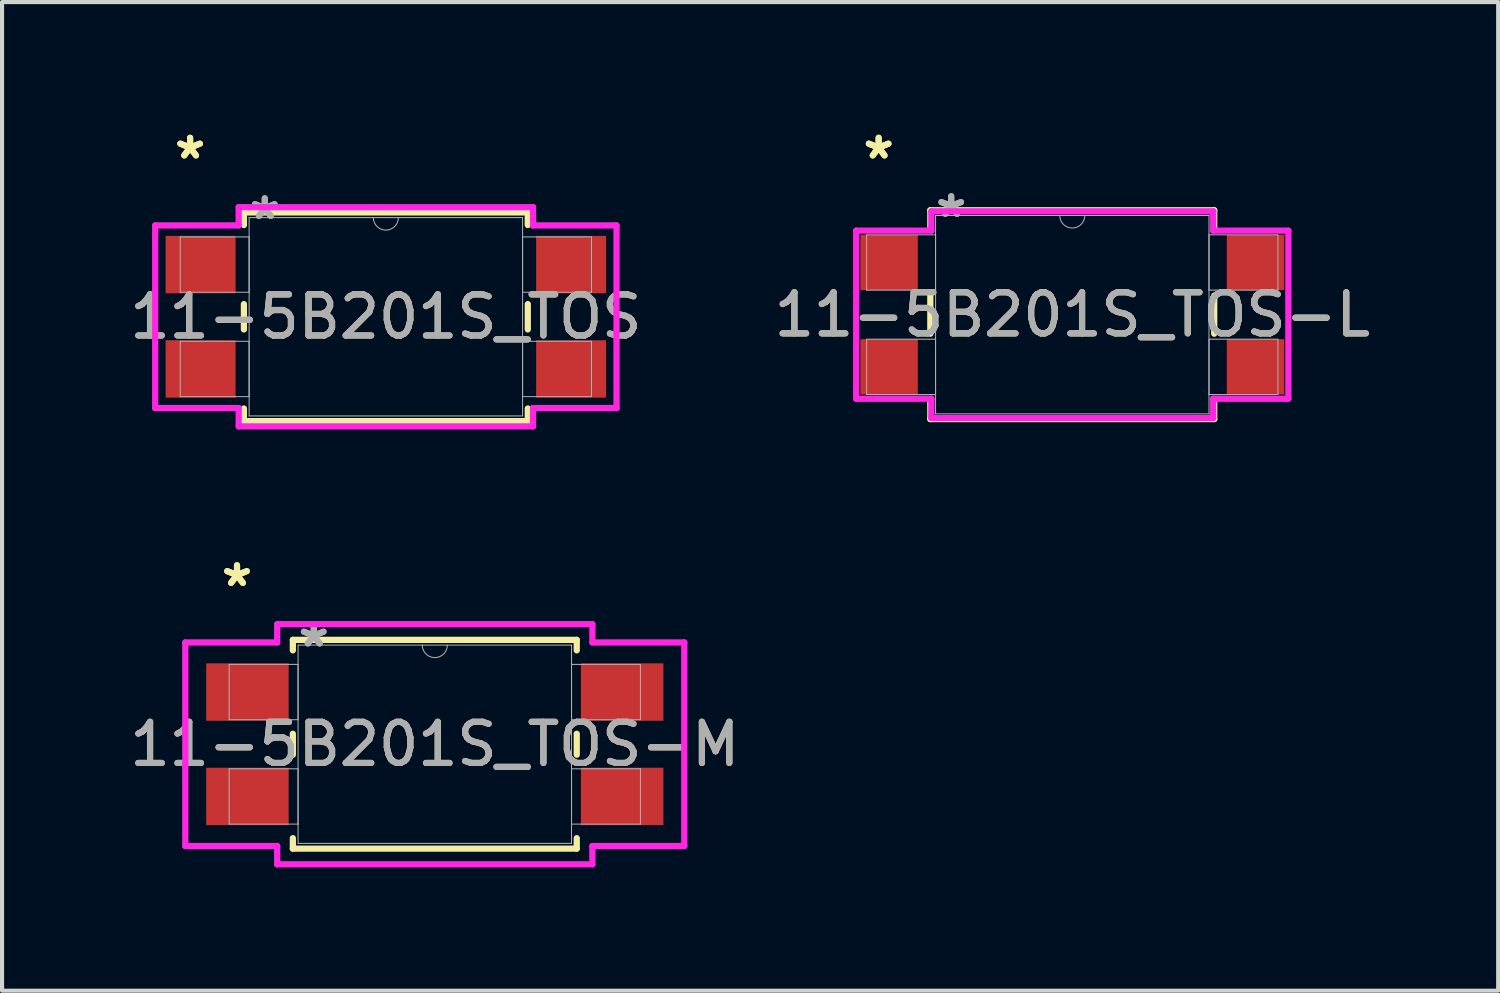
<source format=kicad_pcb>
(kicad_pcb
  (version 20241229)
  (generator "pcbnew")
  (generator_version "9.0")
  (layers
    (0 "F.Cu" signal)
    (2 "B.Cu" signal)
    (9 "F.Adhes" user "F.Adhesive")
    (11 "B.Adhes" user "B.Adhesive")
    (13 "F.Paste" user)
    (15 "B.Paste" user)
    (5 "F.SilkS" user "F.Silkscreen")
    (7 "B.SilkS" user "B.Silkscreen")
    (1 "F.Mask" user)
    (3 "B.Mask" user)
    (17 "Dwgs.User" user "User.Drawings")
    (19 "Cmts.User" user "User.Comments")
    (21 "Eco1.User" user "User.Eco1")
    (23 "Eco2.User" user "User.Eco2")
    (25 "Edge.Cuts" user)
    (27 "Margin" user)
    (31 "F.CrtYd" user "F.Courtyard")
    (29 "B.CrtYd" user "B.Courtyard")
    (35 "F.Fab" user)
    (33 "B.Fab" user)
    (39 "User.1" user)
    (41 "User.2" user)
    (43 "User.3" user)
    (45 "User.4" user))
  (footprint "11-5B201S_TOS-L"
    (layer "F.Cu")
    (at 23.042 4.607)
    (property "Reference" "11-5B201S_TOS-L" (at 0 0 0) (unlocked yes) (layer "F.SilkS") (effects (font (size 1 1) (thickness 0.15))))
    (attr smd)
    (fp_line (start -3.454 -2.54) (end -3.454 -2.077) (stroke (width 0.152) (type solid)) (layer "F.SilkS"))
    (fp_line (start -3.454 -0.463) (end -3.454 0.463) (stroke (width 0.152) (type solid)) (layer "F.SilkS"))
    (fp_line (start -3.454 2.077) (end -3.454 2.54) (stroke (width 0.152) (type solid)) (layer "F.SilkS"))
    (fp_line (start -3.454 2.54) (end 3.454 2.54) (stroke (width 0.152) (type solid)) (layer "F.SilkS"))
    (fp_line (start 3.454 -2.54) (end -3.454 -2.54) (stroke (width 0.152) (type solid)) (layer "F.SilkS"))
    (fp_line (start 3.454 -2.077) (end 3.454 -2.54) (stroke (width 0.152) (type solid)) (layer "F.SilkS"))
    (fp_line (start 3.454 0.463) (end 3.454 -0.463) (stroke (width 0.152) (type solid)) (layer "F.SilkS"))
    (fp_line (start 3.454 2.54) (end 3.454 2.077) (stroke (width 0.152) (type solid)) (layer "F.SilkS"))
    (fp_line (start -5.258 -2.045) (end -3.429 -2.045) (stroke (width 0.152) (type solid)) (layer "F.CrtYd"))
    (fp_line (start -5.258 2.045) (end -5.258 -2.045) (stroke (width 0.152) (type solid)) (layer "F.CrtYd"))
    (fp_line (start -5.258 2.045) (end -3.429 2.045) (stroke (width 0.152) (type solid)) (layer "F.CrtYd"))
    (fp_line (start -3.429 -2.515) (end 3.429 -2.515) (stroke (width 0.152) (type solid)) (layer "F.CrtYd"))
    (fp_line (start -3.429 -2.045) (end -3.429 -2.515) (stroke (width 0.152) (type solid)) (layer "F.CrtYd"))
    (fp_line (start -3.429 2.515) (end -3.429 2.045) (stroke (width 0.152) (type solid)) (layer "F.CrtYd"))
    (fp_line (start 3.429 -2.515) (end 3.429 -2.045) (stroke (width 0.152) (type solid)) (layer "F.CrtYd"))
    (fp_line (start 3.429 2.045) (end 3.429 2.515) (stroke (width 0.152) (type solid)) (layer "F.CrtYd"))
    (fp_line (start 3.429 2.515) (end -3.429 2.515) (stroke (width 0.152) (type solid)) (layer "F.CrtYd"))
    (fp_line (start 5.258 -2.045) (end 3.429 -2.045) (stroke (width 0.152) (type solid)) (layer "F.CrtYd"))
    (fp_line (start 5.258 -2.045) (end 5.258 2.045) (stroke (width 0.152) (type solid)) (layer "F.CrtYd"))
    (fp_line (start 5.258 2.045) (end 3.429 2.045) (stroke (width 0.152) (type solid)) (layer "F.CrtYd"))
    (fp_line (start -5.004 -1.943) (end -5.004 -0.597) (stroke (width 0.025) (type solid)) (layer "F.Fab"))
    (fp_line (start -5.004 -0.597) (end -3.327 -0.597) (stroke (width 0.025) (type solid)) (layer "F.Fab"))
    (fp_line (start -5.004 0.597) (end -5.004 1.943) (stroke (width 0.025) (type solid)) (layer "F.Fab"))
    (fp_line (start -5.004 1.943) (end -3.327 1.943) (stroke (width 0.025) (type solid)) (layer "F.Fab"))
    (fp_line (start -3.327 -2.413) (end -3.327 2.413) (stroke (width 0.025) (type solid)) (layer "F.Fab"))
    (fp_line (start -3.327 -1.943) (end -5.004 -1.943) (stroke (width 0.025) (type solid)) (layer "F.Fab"))
    (fp_line (start -3.327 -0.597) (end -3.327 -1.943) (stroke (width 0.025) (type solid)) (layer "F.Fab"))
    (fp_line (start -3.327 0.597) (end -5.004 0.597) (stroke (width 0.025) (type solid)) (layer "F.Fab"))
    (fp_line (start -3.327 1.943) (end -3.327 0.597) (stroke (width 0.025) (type solid)) (layer "F.Fab"))
    (fp_line (start -3.327 2.413) (end 3.327 2.413) (stroke (width 0.025) (type solid)) (layer "F.Fab"))
    (fp_line (start 3.327 -2.413) (end -3.327 -2.413) (stroke (width 0.025) (type solid)) (layer "F.Fab"))
    (fp_line (start 3.327 -1.943) (end 3.327 -0.597) (stroke (width 0.025) (type solid)) (layer "F.Fab"))
    (fp_line (start 3.327 -0.597) (end 5.004 -0.597) (stroke (width 0.025) (type solid)) (layer "F.Fab"))
    (fp_line (start 3.327 0.597) (end 3.327 1.943) (stroke (width 0.025) (type solid)) (layer "F.Fab"))
    (fp_line (start 3.327 1.943) (end 5.004 1.943) (stroke (width 0.025) (type solid)) (layer "F.Fab"))
    (fp_line (start 3.327 2.413) (end 3.327 -2.413) (stroke (width 0.025) (type solid)) (layer "F.Fab"))
    (fp_line (start 5.004 -1.943) (end 3.327 -1.943) (stroke (width 0.025) (type solid)) (layer "F.Fab"))
    (fp_line (start 5.004 -0.597) (end 5.004 -1.943) (stroke (width 0.025) (type solid)) (layer "F.Fab"))
    (fp_line (start 5.004 0.597) (end 3.327 0.597) (stroke (width 0.025) (type solid)) (layer "F.Fab"))
    (fp_line (start 5.004 1.943) (end 5.004 0.597) (stroke (width 0.025) (type solid)) (layer "F.Fab"))
    (fp_arc (start 0.3048 -2.413) (mid 0 -2.1082) (end -0.3048 -2.413) (stroke (width 0.0254) (type solid)) (layer "F.Fab"))
    (fp_text user "*" (at -4.712 -3.759 0) (layer "F.SilkS") (effects (font (size 1 1) (thickness 0.15))))
    (fp_text user "*" (at -4.712 -3.759 0) (unlocked yes) (layer "F.SilkS") (effects (font (size 1 1) (thickness 0.15))))
    (fp_text user "${REFERENCE}" (at 0 0 0) (unlocked yes) (layer "F.Fab") (effects (font (size 1 1) (thickness 0.15))))
    (fp_text user "*" (at -2.946 -2.337 0) (layer "F.Fab") (effects (font (size 1 1) (thickness 0.15))))
    (fp_text user "*" (at -2.946 -2.337 0) (unlocked yes) (layer "F.Fab") (effects (font (size 1 1) (thickness 0.15))))
    (pad "1" smd rect (at -4.458 -1.27) (size 1.397 1.346) (layers "F.Cu" "F.Mask" "F.Paste"))
    (pad "2" smd rect (at -4.458 1.27) (size 1.397 1.346) (layers "F.Cu" "F.Mask" "F.Paste"))
    (pad "3" smd rect (at 4.458 1.27) (size 1.397 1.346) (layers "F.Cu" "F.Mask" "F.Paste"))
    (pad "4" smd rect (at 4.458 -1.27) (size 1.397 1.346) (layers "F.Cu" "F.Mask" "F.Paste")))
  (footprint "11-5B201S_TOS"
    (layer "F.Cu")
    (at 6.339 4.658)
    (property "Reference" "11-5B201S_TOS" (at 0 0 0) (unlocked yes) (layer "F.SilkS") (effects (font (size 1 1) (thickness 0.15))))
    (attr smd)
    (fp_line (start -3.454 -2.54) (end -3.454 -2.232) (stroke (width 0.152) (type solid)) (layer "F.SilkS"))
    (fp_line (start -3.454 -0.308) (end -3.454 0.308) (stroke (width 0.152) (type solid)) (layer "F.SilkS"))
    (fp_line (start -3.454 2.232) (end -3.454 2.54) (stroke (width 0.152) (type solid)) (layer "F.SilkS"))
    (fp_line (start -3.454 2.54) (end 3.454 2.54) (stroke (width 0.152) (type solid)) (layer "F.SilkS"))
    (fp_line (start 3.454 -2.54) (end -3.454 -2.54) (stroke (width 0.152) (type solid)) (layer "F.SilkS"))
    (fp_line (start 3.454 -2.232) (end 3.454 -2.54) (stroke (width 0.152) (type solid)) (layer "F.SilkS"))
    (fp_line (start 3.454 0.308) (end 3.454 -0.308) (stroke (width 0.152) (type solid)) (layer "F.SilkS"))
    (fp_line (start 3.454 2.54) (end 3.454 2.232) (stroke (width 0.152) (type solid)) (layer "F.SilkS"))
    (fp_line (start -5.613 -2.223) (end -3.581 -2.223) (stroke (width 0.152) (type solid)) (layer "F.CrtYd"))
    (fp_line (start -5.613 2.223) (end -5.613 -2.223) (stroke (width 0.152) (type solid)) (layer "F.CrtYd"))
    (fp_line (start -5.613 2.223) (end -3.581 2.223) (stroke (width 0.152) (type solid)) (layer "F.CrtYd"))
    (fp_line (start -3.581 -2.667) (end 3.581 -2.667) (stroke (width 0.152) (type solid)) (layer "F.CrtYd"))
    (fp_line (start -3.581 -2.223) (end -3.581 -2.667) (stroke (width 0.152) (type solid)) (layer "F.CrtYd"))
    (fp_line (start -3.581 2.667) (end -3.581 2.223) (stroke (width 0.152) (type solid)) (layer "F.CrtYd"))
    (fp_line (start 3.581 -2.667) (end 3.581 -2.223) (stroke (width 0.152) (type solid)) (layer "F.CrtYd"))
    (fp_line (start 3.581 2.223) (end 3.581 2.667) (stroke (width 0.152) (type solid)) (layer "F.CrtYd"))
    (fp_line (start 3.581 2.667) (end -3.581 2.667) (stroke (width 0.152) (type solid)) (layer "F.CrtYd"))
    (fp_line (start 5.613 -2.223) (end 3.581 -2.223) (stroke (width 0.152) (type solid)) (layer "F.CrtYd"))
    (fp_line (start 5.613 -2.223) (end 5.613 2.223) (stroke (width 0.152) (type solid)) (layer "F.CrtYd"))
    (fp_line (start 5.613 2.223) (end 3.581 2.223) (stroke (width 0.152) (type solid)) (layer "F.CrtYd"))
    (fp_line (start -5.004 -1.943) (end -5.004 -0.597) (stroke (width 0.025) (type solid)) (layer "F.Fab"))
    (fp_line (start -5.004 -0.597) (end -3.327 -0.597) (stroke (width 0.025) (type solid)) (layer "F.Fab"))
    (fp_line (start -5.004 0.597) (end -5.004 1.943) (stroke (width 0.025) (type solid)) (layer "F.Fab"))
    (fp_line (start -5.004 1.943) (end -3.327 1.943) (stroke (width 0.025) (type solid)) (layer "F.Fab"))
    (fp_line (start -3.327 -2.413) (end -3.327 2.413) (stroke (width 0.025) (type solid)) (layer "F.Fab"))
    (fp_line (start -3.327 -1.943) (end -5.004 -1.943) (stroke (width 0.025) (type solid)) (layer "F.Fab"))
    (fp_line (start -3.327 -0.597) (end -3.327 -1.943) (stroke (width 0.025) (type solid)) (layer "F.Fab"))
    (fp_line (start -3.327 0.597) (end -5.004 0.597) (stroke (width 0.025) (type solid)) (layer "F.Fab"))
    (fp_line (start -3.327 1.943) (end -3.327 0.597) (stroke (width 0.025) (type solid)) (layer "F.Fab"))
    (fp_line (start -3.327 2.413) (end 3.327 2.413) (stroke (width 0.025) (type solid)) (layer "F.Fab"))
    (fp_line (start 3.327 -2.413) (end -3.327 -2.413) (stroke (width 0.025) (type solid)) (layer "F.Fab"))
    (fp_line (start 3.327 -1.943) (end 3.327 -0.597) (stroke (width 0.025) (type solid)) (layer "F.Fab"))
    (fp_line (start 3.327 -0.597) (end 5.004 -0.597) (stroke (width 0.025) (type solid)) (layer "F.Fab"))
    (fp_line (start 3.327 0.597) (end 3.327 1.943) (stroke (width 0.025) (type solid)) (layer "F.Fab"))
    (fp_line (start 3.327 1.943) (end 5.004 1.943) (stroke (width 0.025) (type solid)) (layer "F.Fab"))
    (fp_line (start 3.327 2.413) (end 3.327 -2.413) (stroke (width 0.025) (type solid)) (layer "F.Fab"))
    (fp_line (start 5.004 -1.943) (end 3.327 -1.943) (stroke (width 0.025) (type solid)) (layer "F.Fab"))
    (fp_line (start 5.004 -0.597) (end 5.004 -1.943) (stroke (width 0.025) (type solid)) (layer "F.Fab"))
    (fp_line (start 5.004 0.597) (end 3.327 0.597) (stroke (width 0.025) (type solid)) (layer "F.Fab"))
    (fp_line (start 5.004 1.943) (end 5.004 0.597) (stroke (width 0.025) (type solid)) (layer "F.Fab"))
    (fp_arc (start 0.3048 -2.413) (mid 0 -2.1082) (end -0.3048 -2.413) (stroke (width 0.0254) (type solid)) (layer "F.Fab"))
    (fp_text user "*" (at -4.763 -3.81 0) (unlocked yes) (layer "F.SilkS") (effects (font (size 1 1) (thickness 0.15))))
    (fp_text user "*" (at -4.763 -3.81 0) (layer "F.SilkS") (effects (font (size 1 1) (thickness 0.15))))
    (fp_text user "${REFERENCE}" (at 0 0 0) (unlocked yes) (layer "F.Fab") (effects (font (size 1 1) (thickness 0.15))))
    (fp_text user "*" (at -2.946 -2.337 0) (layer "F.Fab") (effects (font (size 1 1) (thickness 0.15))))
    (fp_text user "*" (at -2.946 -2.337 0) (unlocked yes) (layer "F.Fab") (effects (font (size 1 1) (thickness 0.15))))
    (pad "1" smd rect (at -4.508 -1.27) (size 1.702 1.397) (layers "F.Cu" "F.Mask" "F.Paste"))
    (pad "2" smd rect (at -4.508 1.27) (size 1.702 1.397) (layers "F.Cu" "F.Mask" "F.Paste"))
    (pad "3" smd rect (at 4.508 1.27) (size 1.702 1.397) (layers "F.Cu" "F.Mask" "F.Paste"))
    (pad "4" smd rect (at 4.508 -1.27) (size 1.702 1.397) (layers "F.Cu" "F.Mask" "F.Paste")))
  (footprint "11-5B201S_TOS-M"
    (layer "F.Cu")
    (at 7.53 15.06)
    (property "Reference" "11-5B201S_TOS-M" (at 0 0 0) (unlocked yes) (layer "F.SilkS") (effects (font (size 1 1) (thickness 0.15))))
    (attr smd)
    (fp_line (start -3.454 -2.54) (end -3.454 -2.285) (stroke (width 0.152) (type solid)) (layer "F.SilkS"))
    (fp_line (start -3.454 -0.255) (end -3.454 0.255) (stroke (width 0.152) (type solid)) (layer "F.SilkS"))
    (fp_line (start -3.454 2.285) (end -3.454 2.54) (stroke (width 0.152) (type solid)) (layer "F.SilkS"))
    (fp_line (start -3.454 2.54) (end 3.454 2.54) (stroke (width 0.152) (type solid)) (layer "F.SilkS"))
    (fp_line (start 3.454 -2.54) (end -3.454 -2.54) (stroke (width 0.152) (type solid)) (layer "F.SilkS"))
    (fp_line (start 3.454 -2.285) (end 3.454 -2.54) (stroke (width 0.152) (type solid)) (layer "F.SilkS"))
    (fp_line (start 3.454 0.255) (end 3.454 -0.255) (stroke (width 0.152) (type solid)) (layer "F.SilkS"))
    (fp_line (start 3.454 2.54) (end 3.454 2.285) (stroke (width 0.152) (type solid)) (layer "F.SilkS"))
    (fp_line (start -6.071 -2.477) (end -3.835 -2.477) (stroke (width 0.152) (type solid)) (layer "F.CrtYd"))
    (fp_line (start -6.071 2.477) (end -6.071 -2.477) (stroke (width 0.152) (type solid)) (layer "F.CrtYd"))
    (fp_line (start -6.071 2.477) (end -3.835 2.477) (stroke (width 0.152) (type solid)) (layer "F.CrtYd"))
    (fp_line (start -3.835 -2.921) (end 3.835 -2.921) (stroke (width 0.152) (type solid)) (layer "F.CrtYd"))
    (fp_line (start -3.835 -2.477) (end -3.835 -2.921) (stroke (width 0.152) (type solid)) (layer "F.CrtYd"))
    (fp_line (start -3.835 2.921) (end -3.835 2.477) (stroke (width 0.152) (type solid)) (layer "F.CrtYd"))
    (fp_line (start 3.835 -2.921) (end 3.835 -2.477) (stroke (width 0.152) (type solid)) (layer "F.CrtYd"))
    (fp_line (start 3.835 2.477) (end 3.835 2.921) (stroke (width 0.152) (type solid)) (layer "F.CrtYd"))
    (fp_line (start 3.835 2.921) (end -3.835 2.921) (stroke (width 0.152) (type solid)) (layer "F.CrtYd"))
    (fp_line (start 6.071 -2.477) (end 3.835 -2.477) (stroke (width 0.152) (type solid)) (layer "F.CrtYd"))
    (fp_line (start 6.071 -2.477) (end 6.071 2.477) (stroke (width 0.152) (type solid)) (layer "F.CrtYd"))
    (fp_line (start 6.071 2.477) (end 3.835 2.477) (stroke (width 0.152) (type solid)) (layer "F.CrtYd"))
    (fp_line (start -5.004 -1.943) (end -5.004 -0.597) (stroke (width 0.025) (type solid)) (layer "F.Fab"))
    (fp_line (start -5.004 -0.597) (end -3.327 -0.597) (stroke (width 0.025) (type solid)) (layer "F.Fab"))
    (fp_line (start -5.004 0.597) (end -5.004 1.943) (stroke (width 0.025) (type solid)) (layer "F.Fab"))
    (fp_line (start -5.004 1.943) (end -3.327 1.943) (stroke (width 0.025) (type solid)) (layer "F.Fab"))
    (fp_line (start -3.327 -2.413) (end -3.327 2.413) (stroke (width 0.025) (type solid)) (layer "F.Fab"))
    (fp_line (start -3.327 -1.943) (end -5.004 -1.943) (stroke (width 0.025) (type solid)) (layer "F.Fab"))
    (fp_line (start -3.327 -0.597) (end -3.327 -1.943) (stroke (width 0.025) (type solid)) (layer "F.Fab"))
    (fp_line (start -3.327 0.597) (end -5.004 0.597) (stroke (width 0.025) (type solid)) (layer "F.Fab"))
    (fp_line (start -3.327 1.943) (end -3.327 0.597) (stroke (width 0.025) (type solid)) (layer "F.Fab"))
    (fp_line (start -3.327 2.413) (end 3.327 2.413) (stroke (width 0.025) (type solid)) (layer "F.Fab"))
    (fp_line (start 3.327 -2.413) (end -3.327 -2.413) (stroke (width 0.025) (type solid)) (layer "F.Fab"))
    (fp_line (start 3.327 -1.943) (end 3.327 -0.597) (stroke (width 0.025) (type solid)) (layer "F.Fab"))
    (fp_line (start 3.327 -0.597) (end 5.004 -0.597) (stroke (width 0.025) (type solid)) (layer "F.Fab"))
    (fp_line (start 3.327 0.597) (end 3.327 1.943) (stroke (width 0.025) (type solid)) (layer "F.Fab"))
    (fp_line (start 3.327 1.943) (end 5.004 1.943) (stroke (width 0.025) (type solid)) (layer "F.Fab"))
    (fp_line (start 3.327 2.413) (end 3.327 -2.413) (stroke (width 0.025) (type solid)) (layer "F.Fab"))
    (fp_line (start 5.004 -1.943) (end 3.327 -1.943) (stroke (width 0.025) (type solid)) (layer "F.Fab"))
    (fp_line (start 5.004 -0.597) (end 5.004 -1.943) (stroke (width 0.025) (type solid)) (layer "F.Fab"))
    (fp_line (start 5.004 0.597) (end 3.327 0.597) (stroke (width 0.025) (type solid)) (layer "F.Fab"))
    (fp_line (start 5.004 1.943) (end 5.004 0.597) (stroke (width 0.025) (type solid)) (layer "F.Fab"))
    (fp_arc (start 0.3048 -2.413) (mid 0 -2.1082) (end -0.3048 -2.413) (stroke (width 0.0254) (type solid)) (layer "F.Fab"))
    (fp_text user "*" (at -4.813 -3.81 0) (unlocked yes) (layer "F.SilkS") (effects (font (size 1 1) (thickness 0.15))))
    (fp_text user "*" (at -4.813 -3.81 0) (layer "F.SilkS") (effects (font (size 1 1) (thickness 0.15))))
    (fp_text user "${REFERENCE}" (at 0 0 0) (unlocked yes) (layer "F.Fab") (effects (font (size 1 1) (thickness 0.15))))
    (fp_text user "*" (at -2.946 -2.337 0) (layer "F.Fab") (effects (font (size 1 1) (thickness 0.15))))
    (fp_text user "*" (at -2.946 -2.337 0) (unlocked yes) (layer "F.Fab") (effects (font (size 1 1) (thickness 0.15))))
    (pad "1" smd rect (at -4.559 -1.27) (size 2.007 1.397) (layers "F.Cu" "F.Mask" "F.Paste"))
    (pad "2" smd rect (at -4.559 1.27) (size 2.007 1.397) (layers "F.Cu" "F.Mask" "F.Paste"))
    (pad "3" smd rect (at 4.559 1.27) (size 2.007 1.397) (layers "F.Cu" "F.Mask" "F.Paste"))
    (pad "4" smd rect (at 4.559 -1.27) (size 2.007 1.397) (layers "F.Cu" "F.Mask" "F.Paste")))
  (gr_rect
    (start -3 -3)
    (end 33.405 21.057)
    (stroke (width 0.1) (type default))
    (fill no)
    (layer "Edge.Cuts")))
</source>
